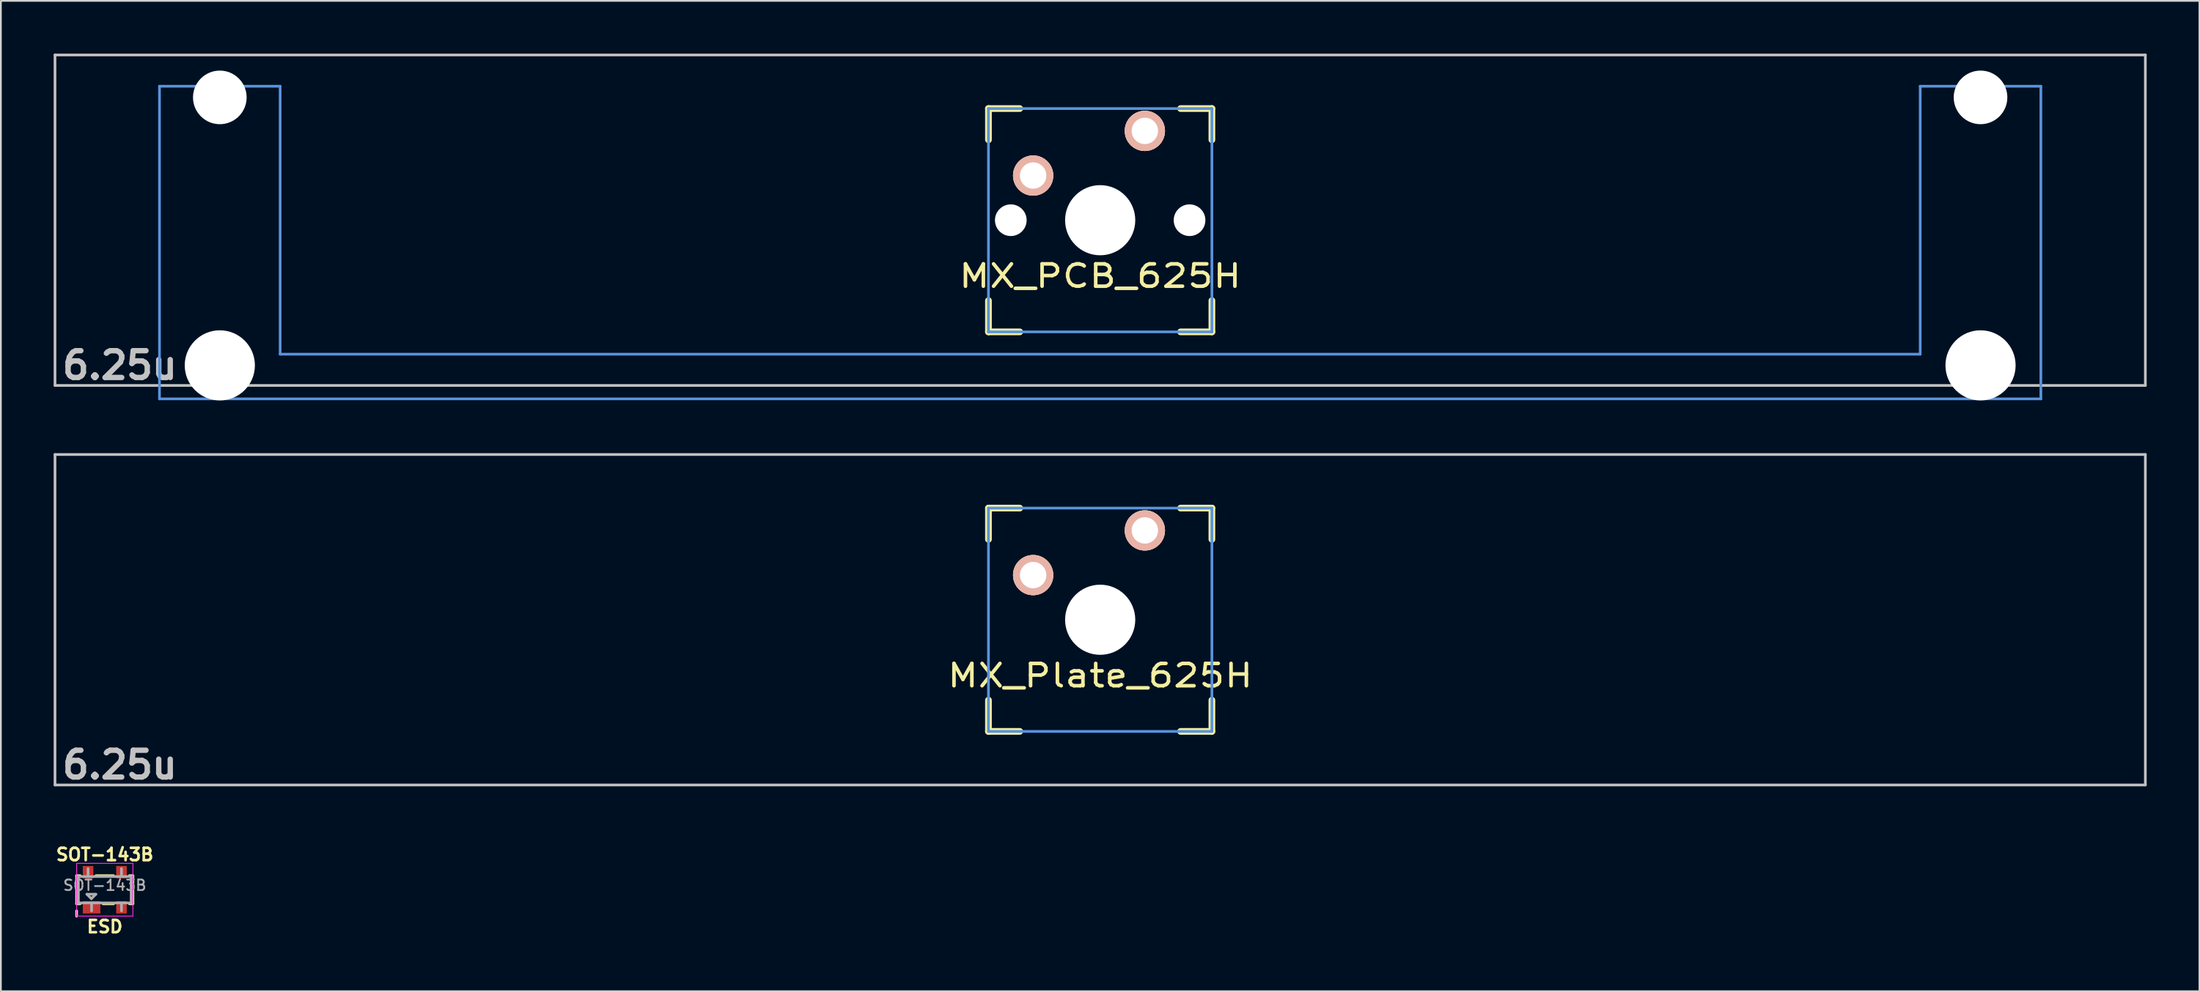
<source format=kicad_pcb>
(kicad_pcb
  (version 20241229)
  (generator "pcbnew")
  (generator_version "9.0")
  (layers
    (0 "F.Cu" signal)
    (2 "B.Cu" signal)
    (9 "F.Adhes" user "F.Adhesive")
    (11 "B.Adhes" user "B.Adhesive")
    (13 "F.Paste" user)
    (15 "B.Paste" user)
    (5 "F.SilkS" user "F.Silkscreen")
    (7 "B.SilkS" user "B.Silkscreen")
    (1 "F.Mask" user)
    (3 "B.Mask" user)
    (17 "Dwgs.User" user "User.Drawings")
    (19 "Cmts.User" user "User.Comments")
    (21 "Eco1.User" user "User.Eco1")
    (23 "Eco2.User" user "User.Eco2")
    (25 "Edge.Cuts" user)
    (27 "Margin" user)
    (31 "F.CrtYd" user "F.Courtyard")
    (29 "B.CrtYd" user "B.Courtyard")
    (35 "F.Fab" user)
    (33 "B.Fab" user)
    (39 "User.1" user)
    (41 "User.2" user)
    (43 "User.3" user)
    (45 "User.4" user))
  (footprint "SOT-143B"
    (layer "F.Cu")
    (at 2.905 47.552)
    (property "Reference" "SOT-143B" (at 0 -2 0) (layer "F.SilkS") (effects (font (size 0.7 0.7) (thickness 0.15))))
    (attr smd)
    (fp_line (start -1.6 -0.8) (end -1.6 0.8) (stroke (width 0.15) (type solid)) (layer "F.SilkS"))
    (fp_line (start -1.6 -0.8) (end -1.4 -0.8) (stroke (width 0.15) (type solid)) (layer "F.SilkS"))
    (fp_line (start -1.6 0.8) (end -1.4 0.8) (stroke (width 0.15) (type solid)) (layer "F.SilkS"))
    (fp_line (start -1.6 1.2) (end -1.6 1.5) (stroke (width 0.15) (type solid)) (layer "F.SilkS"))
    (fp_line (start 0.5 -0.8) (end -0.5 -0.8) (stroke (width 0.15) (type solid)) (layer "F.SilkS"))
    (fp_line (start 0.5 0.8) (end -0.1 0.8) (stroke (width 0.15) (type solid)) (layer "F.SilkS"))
    (fp_line (start 1.4 -0.8) (end 1.6 -0.8) (stroke (width 0.15) (type solid)) (layer "F.SilkS"))
    (fp_line (start 1.4 0.8) (end 1.6 0.8) (stroke (width 0.15) (type solid)) (layer "F.SilkS"))
    (fp_line (start 1.6 -0.8) (end 1.6 0.8) (stroke (width 0.15) (type solid)) (layer "F.SilkS"))
    (fp_line (start -1.6 -1.5) (end -1.6 1.5) (stroke (width 0.05) (type solid)) (layer "F.CrtYd"))
    (fp_line (start -1.6 -1.5) (end 1.6 -1.5) (stroke (width 0.05) (type solid)) (layer "F.CrtYd"))
    (fp_line (start -1.6 1.5) (end 1.6 1.5) (stroke (width 0.05) (type solid)) (layer "F.CrtYd"))
    (fp_line (start 1.6 -1.5) (end 1.6 1.5) (stroke (width 0.05) (type solid)) (layer "F.CrtYd"))
    (fp_line (start -1.5 -0.75) (end -1.5 0.75) (stroke (width 0.15) (type solid)) (layer "F.Fab"))
    (fp_line (start -1.5 0.75) (end 1.5 0.75) (stroke (width 0.15) (type solid)) (layer "F.Fab"))
    (fp_line (start -1.016 0.254) (end -0.762 0.508) (stroke (width 0.15) (type solid)) (layer "F.Fab"))
    (fp_line (start -0.95 -1.2) (end -0.95 -0.762) (stroke (width 0.15) (type solid)) (layer "F.Fab"))
    (fp_line (start -0.762 0.508) (end -0.508 0.254) (stroke (width 0.15) (type solid)) (layer "F.Fab"))
    (fp_line (start -0.75 1.2) (end -0.75 0.762) (stroke (width 0.15) (type solid)) (layer "F.Fab"))
    (fp_line (start -0.508 0.254) (end -1.016 0.254) (stroke (width 0.15) (type solid)) (layer "F.Fab"))
    (fp_line (start 0.95 -1.2) (end 0.95 -0.762) (stroke (width 0.15) (type solid)) (layer "F.Fab"))
    (fp_line (start 0.95 1.2) (end 0.95 0.762) (stroke (width 0.15) (type solid)) (layer "F.Fab"))
    (fp_line (start 1.5 -0.75) (end -1.5 -0.75) (stroke (width 0.15) (type solid)) (layer "F.Fab"))
    (fp_line (start 1.5 0.75) (end 1.5 -0.75) (stroke (width 0.15) (type solid)) (layer "F.Fab"))
    (fp_text user "ESD" (at 0 2.1 0) (layer "F.SilkS") (effects (font (size 0.7 0.7) (thickness 0.15))))
    (fp_text user "${REFERENCE}" (at 0 -0.254 0) (layer "F.Fab") (effects (font (size 0.6 0.6) (thickness 0.1))))
    (pad "1" smd rect (at -0.75 1) (size 1 0.7) (layers "F.Cu" "F.Mask" "F.Paste"))
    (pad "2" smd rect (at 0.95 1) (size 0.6 0.7) (layers "F.Cu" "F.Mask" "F.Paste"))
    (pad "3" smd rect (at 0.95 -1) (size 0.6 0.7) (layers "F.Cu" "F.Mask" "F.Paste"))
    (pad "4" smd rect (at -0.95 -1) (size 0.6 0.7) (layers "F.Cu" "F.Mask" "F.Paste")))
  (footprint "MX_Plate_625H"
    (layer "F.Cu")
    (at 59.482 32.197)
    (property "Reference" "MX_Plate_625H" (at 0 3.175 0) (layer "F.SilkS") (effects (font (size 1.27 1.524) (thickness 0.203))))
    (attr through_hole)
    (fp_line (start -6.35 -6.35) (end -4.572 -6.35) (stroke (width 0.381) (type solid)) (layer "F.SilkS"))
    (fp_line (start -6.35 -4.572) (end -6.35 -6.35) (stroke (width 0.381) (type solid)) (layer "F.SilkS"))
    (fp_line (start -6.35 6.35) (end -6.35 4.572) (stroke (width 0.381) (type solid)) (layer "F.SilkS"))
    (fp_line (start -4.572 6.35) (end -6.35 6.35) (stroke (width 0.381) (type solid)) (layer "F.SilkS"))
    (fp_line (start 4.572 -6.35) (end 6.35 -6.35) (stroke (width 0.381) (type solid)) (layer "F.SilkS"))
    (fp_line (start 6.35 -6.35) (end 6.35 -4.572) (stroke (width 0.381) (type solid)) (layer "F.SilkS"))
    (fp_line (start 6.35 4.572) (end 6.35 6.35) (stroke (width 0.381) (type solid)) (layer "F.SilkS"))
    (fp_line (start 6.35 6.35) (end 4.572 6.35) (stroke (width 0.381) (type solid)) (layer "F.SilkS"))
    (fp_line (start -59.406 -9.398) (end 59.406 -9.398) (stroke (width 0.152) (type solid)) (layer "Dwgs.User"))
    (fp_line (start -59.406 9.398) (end -59.406 -9.398) (stroke (width 0.152) (type solid)) (layer "Dwgs.User"))
    (fp_line (start 59.406 -9.398) (end 59.406 9.398) (stroke (width 0.152) (type solid)) (layer "Dwgs.User"))
    (fp_line (start 59.406 9.398) (end -59.406 9.398) (stroke (width 0.152) (type solid)) (layer "Dwgs.User"))
    (fp_line (start -6.35 -6.35) (end 6.35 -6.35) (stroke (width 0.152) (type solid)) (layer "Cmts.User"))
    (fp_line (start -6.35 6.35) (end -6.35 -6.35) (stroke (width 0.152) (type solid)) (layer "Cmts.User"))
    (fp_line (start 6.35 -6.35) (end 6.35 6.35) (stroke (width 0.152) (type solid)) (layer "Cmts.User"))
    (fp_line (start 6.35 6.35) (end -6.35 6.35) (stroke (width 0.152) (type solid)) (layer "Cmts.User"))
    (fp_text user "6.25u" (at -55.723 8.255 0) (layer "Dwgs.User") (effects (font (size 1.524 1.524) (thickness 0.305))))
    (pad "" np_thru_hole circle (at 0 0) (size 3.988 3.988) (drill 3.988) (layers "*.Cu"))
    (pad "1" thru_hole circle (at -3.81 -2.54) (size 2.286 2.286) (drill 1.499) (layers "*.Cu" "*.SilkS" "*.Mask"))
    (pad "2" thru_hole circle (at 2.54 -5.08) (size 2.286 2.286) (drill 1.499) (layers "*.Cu" "*.SilkS" "*.Mask")))
  (footprint "MX_PCB_625H"
    (layer "F.Cu")
    (at 59.482 9.474)
    (property "Reference" "MX_PCB_625H" (at 0 3.175 0) (layer "F.SilkS") (effects (font (size 1.27 1.524) (thickness 0.203))))
    (attr through_hole)
    (fp_line (start -6.35 -6.35) (end -4.572 -6.35) (stroke (width 0.381) (type solid)) (layer "F.SilkS"))
    (fp_line (start -6.35 -4.572) (end -6.35 -6.35) (stroke (width 0.381) (type solid)) (layer "F.SilkS"))
    (fp_line (start -6.35 6.35) (end -6.35 4.572) (stroke (width 0.381) (type solid)) (layer "F.SilkS"))
    (fp_line (start -4.572 6.35) (end -6.35 6.35) (stroke (width 0.381) (type solid)) (layer "F.SilkS"))
    (fp_line (start 4.572 -6.35) (end 6.35 -6.35) (stroke (width 0.381) (type solid)) (layer "F.SilkS"))
    (fp_line (start 6.35 -6.35) (end 6.35 -4.572) (stroke (width 0.381) (type solid)) (layer "F.SilkS"))
    (fp_line (start 6.35 4.572) (end 6.35 6.35) (stroke (width 0.381) (type solid)) (layer "F.SilkS"))
    (fp_line (start 6.35 6.35) (end 4.572 6.35) (stroke (width 0.381) (type solid)) (layer "F.SilkS"))
    (fp_line (start -59.406 -9.398) (end 59.406 -9.398) (stroke (width 0.152) (type solid)) (layer "Dwgs.User"))
    (fp_line (start -59.406 9.398) (end -59.406 -9.398) (stroke (width 0.152) (type solid)) (layer "Dwgs.User"))
    (fp_line (start 59.406 -9.398) (end 59.406 9.398) (stroke (width 0.152) (type solid)) (layer "Dwgs.User"))
    (fp_line (start 59.406 9.398) (end -59.406 9.398) (stroke (width 0.152) (type solid)) (layer "Dwgs.User"))
    (fp_line (start -53.467 -7.62) (end -53.467 10.16) (stroke (width 0.152) (type solid)) (layer "Cmts.User"))
    (fp_line (start -53.467 10.16) (end 53.467 10.16) (stroke (width 0.152) (type solid)) (layer "Cmts.User"))
    (fp_line (start -46.609 -7.62) (end -53.467 -7.62) (stroke (width 0.152) (type solid)) (layer "Cmts.User"))
    (fp_line (start -46.609 7.62) (end -46.609 -7.62) (stroke (width 0.152) (type solid)) (layer "Cmts.User"))
    (fp_line (start -6.35 -6.35) (end 6.35 -6.35) (stroke (width 0.152) (type solid)) (layer "Cmts.User"))
    (fp_line (start -6.35 6.35) (end -6.35 -6.35) (stroke (width 0.152) (type solid)) (layer "Cmts.User"))
    (fp_line (start 6.35 -6.35) (end 6.35 6.35) (stroke (width 0.152) (type solid)) (layer "Cmts.User"))
    (fp_line (start 6.35 6.35) (end -6.35 6.35) (stroke (width 0.152) (type solid)) (layer "Cmts.User"))
    (fp_line (start 46.609 -7.62) (end 46.609 7.62) (stroke (width 0.152) (type solid)) (layer "Cmts.User"))
    (fp_line (start 46.609 7.62) (end -46.609 7.62) (stroke (width 0.152) (type solid)) (layer "Cmts.User"))
    (fp_line (start 53.467 -7.62) (end 46.609 -7.62) (stroke (width 0.152) (type solid)) (layer "Cmts.User"))
    (fp_line (start 53.467 10.16) (end 53.467 -7.62) (stroke (width 0.152) (type solid)) (layer "Cmts.User"))
    (fp_line (start -54.229 -2.286) (end -53.365 -2.286) (stroke (width 0.152) (type solid)) (layer "Eco2.User"))
    (fp_line (start -54.229 0.508) (end -54.229 -2.286) (stroke (width 0.152) (type solid)) (layer "Eco2.User"))
    (fp_line (start -53.365 -5.69) (end -46.711 -5.69) (stroke (width 0.152) (type solid)) (layer "Eco2.User"))
    (fp_line (start -53.365 -2.286) (end -53.365 -5.69) (stroke (width 0.152) (type solid)) (layer "Eco2.User"))
    (fp_line (start -53.365 0.508) (end -54.229 0.508) (stroke (width 0.152) (type solid)) (layer "Eco2.User"))
    (fp_line (start -53.365 6.604) (end -53.365 0.508) (stroke (width 0.152) (type solid)) (layer "Eco2.User"))
    (fp_line (start -52.324 6.604) (end -53.365 6.604) (stroke (width 0.152) (type solid)) (layer "Eco2.User"))
    (fp_line (start -52.324 7.772) (end -52.324 6.604) (stroke (width 0.152) (type solid)) (layer "Eco2.User"))
    (fp_line (start -47.752 6.604) (end -47.752 7.772) (stroke (width 0.152) (type solid)) (layer "Eco2.User"))
    (fp_line (start -47.752 7.772) (end -52.324 7.772) (stroke (width 0.152) (type solid)) (layer "Eco2.User"))
    (fp_line (start -46.711 -5.69) (end -46.711 -2.286) (stroke (width 0.152) (type solid)) (layer "Eco2.User"))
    (fp_line (start -46.711 -2.286) (end -6.985 -2.286) (stroke (width 0.152) (type solid)) (layer "Eco2.User"))
    (fp_line (start -46.711 2.286) (end -46.711 6.604) (stroke (width 0.152) (type solid)) (layer "Eco2.User"))
    (fp_line (start -46.711 6.604) (end -47.752 6.604) (stroke (width 0.152) (type solid)) (layer "Eco2.User"))
    (fp_line (start -6.985 -6.985) (end 6.985 -6.985) (stroke (width 0.152) (type solid)) (layer "Eco2.User"))
    (fp_line (start -6.985 -2.286) (end -6.985 -6.985) (stroke (width 0.152) (type solid)) (layer "Eco2.User"))
    (fp_line (start -6.985 2.286) (end -46.711 2.286) (stroke (width 0.152) (type solid)) (layer "Eco2.User"))
    (fp_line (start -6.985 6.985) (end -6.985 2.286) (stroke (width 0.152) (type solid)) (layer "Eco2.User"))
    (fp_line (start 6.985 -6.985) (end 6.985 -2.286) (stroke (width 0.152) (type solid)) (layer "Eco2.User"))
    (fp_line (start 6.985 -2.286) (end 46.711 -2.286) (stroke (width 0.152) (type solid)) (layer "Eco2.User"))
    (fp_line (start 6.985 2.286) (end 6.985 6.985) (stroke (width 0.152) (type solid)) (layer "Eco2.User"))
    (fp_line (start 6.985 6.985) (end -6.985 6.985) (stroke (width 0.152) (type solid)) (layer "Eco2.User"))
    (fp_line (start 46.711 -5.69) (end 53.365 -5.69) (stroke (width 0.152) (type solid)) (layer "Eco2.User"))
    (fp_line (start 46.711 -2.286) (end 46.711 -5.69) (stroke (width 0.152) (type solid)) (layer "Eco2.User"))
    (fp_line (start 46.711 2.286) (end 6.985 2.286) (stroke (width 0.152) (type solid)) (layer "Eco2.User"))
    (fp_line (start 46.711 6.604) (end 46.711 2.286) (stroke (width 0.152) (type solid)) (layer "Eco2.User"))
    (fp_line (start 47.752 6.604) (end 46.711 6.604) (stroke (width 0.152) (type solid)) (layer "Eco2.User"))
    (fp_line (start 47.752 7.772) (end 47.752 6.604) (stroke (width 0.152) (type solid)) (layer "Eco2.User"))
    (fp_line (start 52.324 6.604) (end 52.324 7.772) (stroke (width 0.152) (type solid)) (layer "Eco2.User"))
    (fp_line (start 52.324 7.772) (end 47.752 7.772) (stroke (width 0.152) (type solid)) (layer "Eco2.User"))
    (fp_line (start 53.365 -5.69) (end 53.365 -2.286) (stroke (width 0.152) (type solid)) (layer "Eco2.User"))
    (fp_line (start 53.365 -2.286) (end 54.229 -2.286) (stroke (width 0.152) (type solid)) (layer "Eco2.User"))
    (fp_line (start 53.365 0.508) (end 53.365 6.604) (stroke (width 0.152) (type solid)) (layer "Eco2.User"))
    (fp_line (start 53.365 6.604) (end 52.324 6.604) (stroke (width 0.152) (type solid)) (layer "Eco2.User"))
    (fp_line (start 54.229 -2.286) (end 54.229 0.508) (stroke (width 0.152) (type solid)) (layer "Eco2.User"))
    (fp_line (start 54.229 0.508) (end 53.365 0.508) (stroke (width 0.152) (type solid)) (layer "Eco2.User"))
    (fp_text user "6.25u" (at -55.723 8.255 0) (layer "Dwgs.User") (effects (font (size 1.524 1.524) (thickness 0.305))))
    (pad "" np_thru_hole circle (at -50.038 -6.985) (size 3.048 3.048) (drill 3.048) (layers "*.Cu" "*.Mask"))
    (pad "" np_thru_hole circle (at -50.038 8.255) (size 3.988 3.988) (drill 3.988) (layers "*.Cu" "*.Mask"))
    (pad "" np_thru_hole circle (at -5.08 0) (size 1.8 1.8) (drill 1.8) (layers "*.Cu" "*.Mask"))
    (pad "" np_thru_hole circle (at 0 0) (size 3.988 3.988) (drill 3.988) (layers "*.Cu" "*.Mask"))
    (pad "" np_thru_hole circle (at 5.08 0) (size 1.8 1.8) (drill 1.8) (layers "*.Cu" "*.Mask"))
    (pad "" np_thru_hole circle (at 50.038 -6.985) (size 3.048 3.048) (drill 3.048) (layers "*.Cu" "*.Mask"))
    (pad "" np_thru_hole circle (at 50.038 8.255) (size 3.988 3.988) (drill 3.988) (layers "*.Cu" "*.Mask"))
    (pad "1" thru_hole circle (at -3.81 -2.54) (size 2.286 2.286) (drill 1.499) (layers "*.Cu" "*.SilkS" "*.Mask"))
    (pad "2" thru_hole circle (at 2.54 -5.08) (size 2.286 2.286) (drill 1.499) (layers "*.Cu" "*.SilkS" "*.Mask")))
  (gr_rect
    (start -3 -3)
    (end 121.963 53.324)
    (stroke (width 0.1) (type default))
    (fill no)
    (layer "Edge.Cuts")))
</source>
